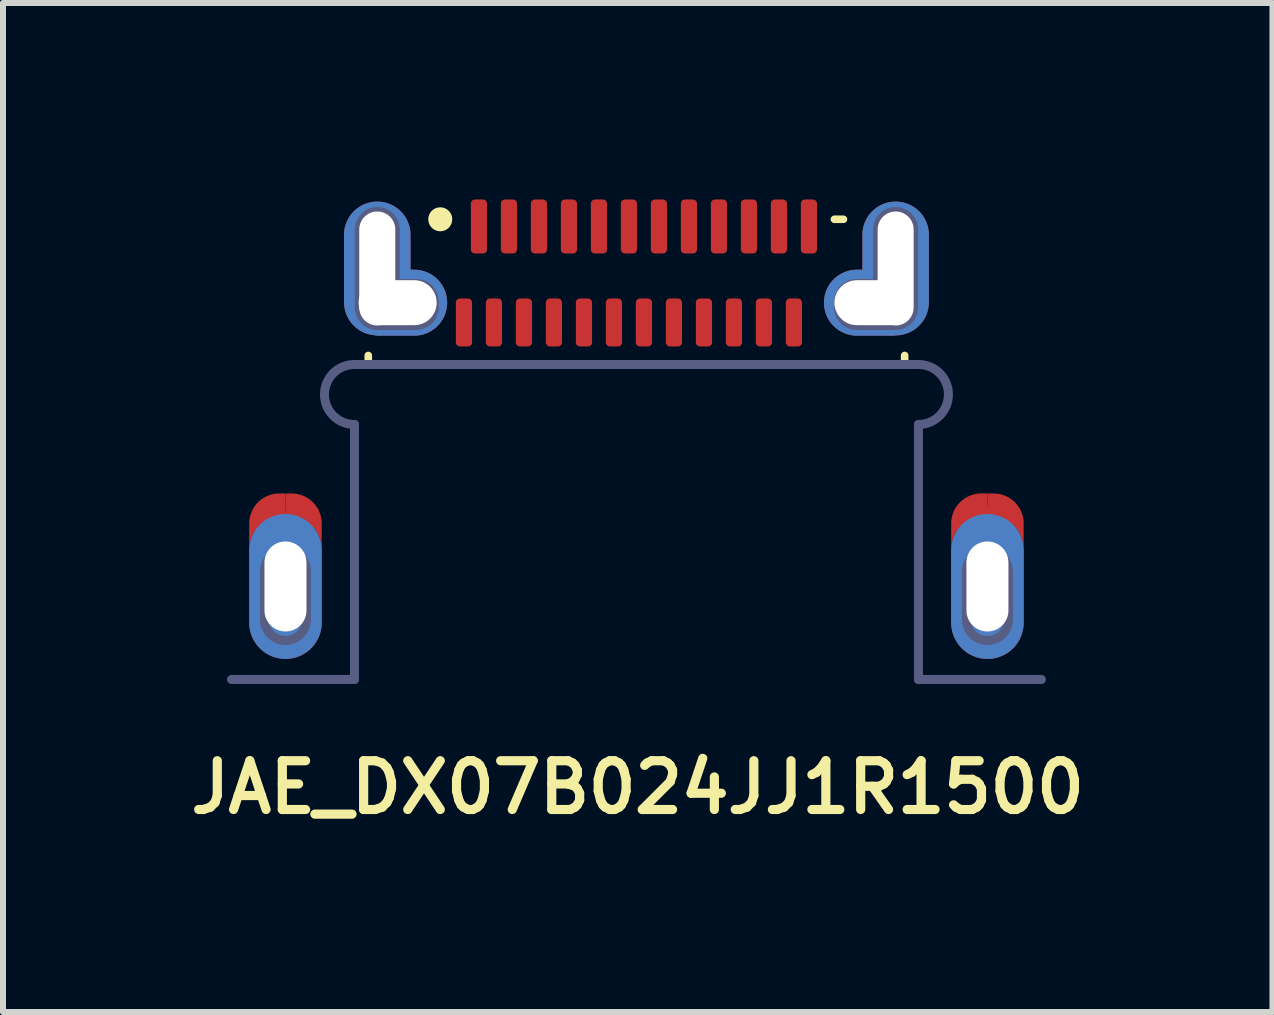
<source format=kicad_pcb>
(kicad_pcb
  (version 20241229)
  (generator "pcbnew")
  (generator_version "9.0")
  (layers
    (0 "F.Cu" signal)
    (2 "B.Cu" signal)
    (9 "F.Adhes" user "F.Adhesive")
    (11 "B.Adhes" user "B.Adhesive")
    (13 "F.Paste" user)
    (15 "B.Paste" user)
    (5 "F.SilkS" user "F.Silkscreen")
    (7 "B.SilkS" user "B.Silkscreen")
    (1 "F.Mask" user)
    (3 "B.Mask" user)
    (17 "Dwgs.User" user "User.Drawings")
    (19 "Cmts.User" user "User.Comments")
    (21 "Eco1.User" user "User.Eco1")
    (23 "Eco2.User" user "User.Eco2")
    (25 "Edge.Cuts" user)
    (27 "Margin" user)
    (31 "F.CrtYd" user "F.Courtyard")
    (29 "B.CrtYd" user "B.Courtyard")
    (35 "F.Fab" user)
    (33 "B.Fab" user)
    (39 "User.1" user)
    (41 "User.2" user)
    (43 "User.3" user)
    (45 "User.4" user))
  (footprint "JAE_DX07B024JJ1R1500"
    (layer "F.Cu")
    (at 7.558 1.425)
    (property "Reference" "JAE_DX07B024JJ1R1500" (at 0.021 8.649 0) (layer "F.SilkS") (effects (font (size 0.813 0.813) (thickness 0.153))))
    (attr smd)
    (fp_poly (pts (xy -5.5 4.5) (xy -5.9 4.4) (xy -6.3 4.5) (xy -6.3 4.1) (xy -5.4 4.1)) (stroke (width 0.1) (type solid)) (fill yes) (layer "F.Cu"))
    (fp_poly (pts (xy 6.2 4.4) (xy 5.8 4.3) (xy 5.4 4.4) (xy 5.4 4) (xy 6.3 4)) (stroke (width 0.1) (type solid)) (fill yes) (layer "F.Cu"))
    (fp_poly (pts (xy -6.454 4.692) (xy -6.454 4.25) (xy -6.454 4.237) (xy -6.453 4.211) (xy -6.45 4.185) (xy -6.446 4.159) (xy -6.44 4.133) (xy -6.434 4.108) (xy -6.425 4.083) (xy -6.416 4.059) (xy -6.405 4.035) (xy -6.394 4.011) (xy -6.38 3.989) (xy -6.366 3.967) (xy -6.351 3.946) (xy -6.334 3.925) (xy -6.317 3.906) (xy -6.298 3.887) (xy -6.279 3.87) (xy -6.258 3.853) (xy -6.237 3.838) (xy -6.215 3.824) (xy -6.193 3.81) (xy -6.169 3.799) (xy -6.145 3.788) (xy -6.121 3.779) (xy -6.096 3.77) (xy -6.071 3.764) (xy -6.045 3.758) (xy -6.019 3.754) (xy -5.993 3.751) (xy -5.967 3.75) (xy -5.954 3.75) (xy -5.85 3.75) (xy -5.85 4.092) (xy -5.854 4.092) (xy -5.87 4.092) (xy -5.901 4.094) (xy -5.932 4.097) (xy -5.963 4.102) (xy -5.994 4.108) (xy -6.024 4.117) (xy -6.054 4.126) (xy -6.084 4.137) (xy -6.112 4.15) (xy -6.14 4.165) (xy -6.168 4.18) (xy -6.194 4.197) (xy -6.219 4.216) (xy -6.244 4.236) (xy -6.267 4.257) (xy -6.289 4.279) (xy -6.31 4.302) (xy -6.33 4.327) (xy -6.349 4.352) (xy -6.366 4.378) (xy -6.381 4.406) (xy -6.396 4.434) (xy -6.409 4.462) (xy -6.42 4.492) (xy -6.429 4.522) (xy -6.438 4.552) (xy -6.444 4.583) (xy -6.449 4.614) (xy -6.452 4.645) (xy -6.454 4.676)) (stroke (width 0.0001) (type solid)) (fill yes) (layer "F.Cu"))
    (fp_poly (pts (xy -5.246 4.692) (xy -5.246 4.25) (xy -5.246 4.237) (xy -5.247 4.211) (xy -5.25 4.185) (xy -5.254 4.159) (xy -5.26 4.133) (xy -5.266 4.108) (xy -5.275 4.083) (xy -5.284 4.059) (xy -5.295 4.035) (xy -5.306 4.011) (xy -5.32 3.989) (xy -5.334 3.967) (xy -5.349 3.946) (xy -5.366 3.925) (xy -5.383 3.906) (xy -5.402 3.887) (xy -5.421 3.87) (xy -5.442 3.853) (xy -5.463 3.838) (xy -5.485 3.824) (xy -5.507 3.81) (xy -5.531 3.799) (xy -5.555 3.788) (xy -5.579 3.779) (xy -5.604 3.77) (xy -5.629 3.764) (xy -5.655 3.758) (xy -5.681 3.754) (xy -5.707 3.751) (xy -5.733 3.75) (xy -5.746 3.75) (xy -5.85 3.75) (xy -5.85 4.092) (xy -5.846 4.092) (xy -5.83 4.092) (xy -5.799 4.094) (xy -5.768 4.097) (xy -5.737 4.102) (xy -5.706 4.108) (xy -5.676 4.117) (xy -5.646 4.126) (xy -5.616 4.137) (xy -5.588 4.15) (xy -5.56 4.165) (xy -5.532 4.18) (xy -5.506 4.197) (xy -5.481 4.216) (xy -5.456 4.236) (xy -5.433 4.257) (xy -5.411 4.279) (xy -5.39 4.302) (xy -5.37 4.327) (xy -5.351 4.352) (xy -5.334 4.378) (xy -5.319 4.406) (xy -5.304 4.434) (xy -5.291 4.462) (xy -5.28 4.492) (xy -5.271 4.522) (xy -5.262 4.552) (xy -5.256 4.583) (xy -5.251 4.614) (xy -5.248 4.645) (xy -5.246 4.676)) (stroke (width 0.0001) (type solid)) (fill yes) (layer "F.Cu"))
    (fp_poly (pts (xy 5.246 4.692) (xy 5.246 4.25) (xy 5.246 4.237) (xy 5.247 4.211) (xy 5.25 4.185) (xy 5.254 4.159) (xy 5.26 4.133) (xy 5.266 4.108) (xy 5.275 4.083) (xy 5.284 4.059) (xy 5.295 4.035) (xy 5.306 4.011) (xy 5.32 3.989) (xy 5.334 3.967) (xy 5.349 3.946) (xy 5.366 3.925) (xy 5.383 3.906) (xy 5.402 3.887) (xy 5.421 3.87) (xy 5.442 3.853) (xy 5.463 3.838) (xy 5.485 3.824) (xy 5.507 3.81) (xy 5.531 3.799) (xy 5.555 3.788) (xy 5.579 3.779) (xy 5.604 3.77) (xy 5.629 3.764) (xy 5.655 3.758) (xy 5.681 3.754) (xy 5.707 3.751) (xy 5.733 3.75) (xy 5.746 3.75) (xy 5.85 3.75) (xy 5.85 4.092) (xy 5.846 4.092) (xy 5.83 4.092) (xy 5.799 4.094) (xy 5.768 4.097) (xy 5.737 4.102) (xy 5.706 4.108) (xy 5.676 4.117) (xy 5.646 4.126) (xy 5.616 4.137) (xy 5.588 4.15) (xy 5.56 4.165) (xy 5.532 4.18) (xy 5.506 4.197) (xy 5.481 4.216) (xy 5.456 4.236) (xy 5.433 4.257) (xy 5.411 4.279) (xy 5.39 4.302) (xy 5.37 4.327) (xy 5.351 4.352) (xy 5.334 4.378) (xy 5.319 4.406) (xy 5.304 4.434) (xy 5.291 4.462) (xy 5.28 4.492) (xy 5.271 4.522) (xy 5.262 4.552) (xy 5.256 4.583) (xy 5.251 4.614) (xy 5.248 4.645) (xy 5.246 4.676)) (stroke (width 0.0001) (type solid)) (fill yes) (layer "F.Cu"))
    (fp_poly (pts (xy 6.454 4.692) (xy 6.454 4.25) (xy 6.454 4.237) (xy 6.453 4.211) (xy 6.45 4.185) (xy 6.446 4.159) (xy 6.44 4.133) (xy 6.434 4.108) (xy 6.425 4.083) (xy 6.416 4.059) (xy 6.405 4.035) (xy 6.394 4.011) (xy 6.38 3.989) (xy 6.366 3.967) (xy 6.351 3.946) (xy 6.334 3.925) (xy 6.317 3.906) (xy 6.298 3.887) (xy 6.279 3.87) (xy 6.258 3.853) (xy 6.237 3.838) (xy 6.215 3.824) (xy 6.193 3.81) (xy 6.169 3.799) (xy 6.145 3.788) (xy 6.121 3.779) (xy 6.096 3.77) (xy 6.071 3.764) (xy 6.045 3.758) (xy 6.019 3.754) (xy 5.993 3.751) (xy 5.967 3.75) (xy 5.954 3.75) (xy 5.85 3.75) (xy 5.85 4.092) (xy 5.854 4.092) (xy 5.87 4.092) (xy 5.901 4.094) (xy 5.932 4.097) (xy 5.963 4.102) (xy 5.994 4.108) (xy 6.024 4.117) (xy 6.054 4.126) (xy 6.084 4.137) (xy 6.112 4.15) (xy 6.14 4.165) (xy 6.168 4.18) (xy 6.194 4.197) (xy 6.219 4.216) (xy 6.244 4.236) (xy 6.267 4.257) (xy 6.289 4.279) (xy 6.31 4.302) (xy 6.33 4.327) (xy 6.349 4.352) (xy 6.366 4.378) (xy 6.381 4.406) (xy 6.396 4.434) (xy 6.409 4.462) (xy 6.42 4.492) (xy 6.429 4.522) (xy 6.438 4.552) (xy 6.444 4.583) (xy 6.449 4.614) (xy 6.452 4.645) (xy 6.454 4.676)) (stroke (width 0.0001) (type solid)) (fill yes) (layer "F.Cu"))
    (fp_poly (pts (xy -6.454 4.692) (xy -6.454 4.25) (xy -6.454 4.237) (xy -6.453 4.211) (xy -6.45 4.185) (xy -6.446 4.159) (xy -6.44 4.133) (xy -6.434 4.108) (xy -6.425 4.083) (xy -6.416 4.059) (xy -6.405 4.035) (xy -6.394 4.011) (xy -6.38 3.989) (xy -6.366 3.967) (xy -6.351 3.946) (xy -6.334 3.925) (xy -6.317 3.906) (xy -6.298 3.887) (xy -6.279 3.87) (xy -6.258 3.853) (xy -6.237 3.838) (xy -6.215 3.824) (xy -6.193 3.81) (xy -6.169 3.799) (xy -6.145 3.788) (xy -6.121 3.779) (xy -6.096 3.77) (xy -6.071 3.764) (xy -6.045 3.758) (xy -6.019 3.754) (xy -5.993 3.751) (xy -5.967 3.75) (xy -5.954 3.75) (xy -5.85 3.75) (xy -5.85 4.092) (xy -5.854 4.092) (xy -5.87 4.092) (xy -5.901 4.094) (xy -5.932 4.097) (xy -5.963 4.102) (xy -5.994 4.108) (xy -6.024 4.117) (xy -6.054 4.126) (xy -6.084 4.137) (xy -6.112 4.15) (xy -6.14 4.165) (xy -6.168 4.18) (xy -6.194 4.197) (xy -6.219 4.216) (xy -6.244 4.236) (xy -6.267 4.257) (xy -6.289 4.279) (xy -6.31 4.302) (xy -6.33 4.327) (xy -6.349 4.352) (xy -6.366 4.378) (xy -6.381 4.406) (xy -6.396 4.434) (xy -6.409 4.462) (xy -6.42 4.492) (xy -6.429 4.522) (xy -6.438 4.552) (xy -6.444 4.583) (xy -6.449 4.614) (xy -6.452 4.645) (xy -6.454 4.676)) (stroke (width 0.0001) (type solid)) (fill yes) (layer "F.Mask"))
    (fp_poly (pts (xy -5.246 4.692) (xy -5.246 4.25) (xy -5.246 4.237) (xy -5.247 4.211) (xy -5.25 4.185) (xy -5.254 4.159) (xy -5.26 4.133) (xy -5.266 4.108) (xy -5.275 4.083) (xy -5.284 4.059) (xy -5.295 4.035) (xy -5.306 4.011) (xy -5.32 3.989) (xy -5.334 3.967) (xy -5.349 3.946) (xy -5.366 3.925) (xy -5.383 3.906) (xy -5.402 3.887) (xy -5.421 3.87) (xy -5.442 3.853) (xy -5.463 3.838) (xy -5.485 3.824) (xy -5.507 3.81) (xy -5.531 3.799) (xy -5.555 3.788) (xy -5.579 3.779) (xy -5.604 3.77) (xy -5.629 3.764) (xy -5.655 3.758) (xy -5.681 3.754) (xy -5.707 3.751) (xy -5.733 3.75) (xy -5.746 3.75) (xy -5.85 3.75) (xy -5.85 4.092) (xy -5.846 4.092) (xy -5.83 4.092) (xy -5.799 4.094) (xy -5.768 4.097) (xy -5.737 4.102) (xy -5.706 4.108) (xy -5.676 4.117) (xy -5.646 4.126) (xy -5.616 4.137) (xy -5.588 4.15) (xy -5.56 4.165) (xy -5.532 4.18) (xy -5.506 4.197) (xy -5.481 4.216) (xy -5.456 4.236) (xy -5.433 4.257) (xy -5.411 4.279) (xy -5.39 4.302) (xy -5.37 4.327) (xy -5.351 4.352) (xy -5.334 4.378) (xy -5.319 4.406) (xy -5.304 4.434) (xy -5.291 4.462) (xy -5.28 4.492) (xy -5.271 4.522) (xy -5.262 4.552) (xy -5.256 4.583) (xy -5.251 4.614) (xy -5.248 4.645) (xy -5.246 4.676)) (stroke (width 0.0001) (type solid)) (fill yes) (layer "F.Mask"))
    (fp_poly (pts (xy 5.246 4.692) (xy 5.246 4.25) (xy 5.246 4.237) (xy 5.247 4.211) (xy 5.25 4.185) (xy 5.254 4.159) (xy 5.26 4.133) (xy 5.266 4.108) (xy 5.275 4.083) (xy 5.284 4.059) (xy 5.295 4.035) (xy 5.306 4.011) (xy 5.32 3.989) (xy 5.334 3.967) (xy 5.349 3.946) (xy 5.366 3.925) (xy 5.383 3.906) (xy 5.402 3.887) (xy 5.421 3.87) (xy 5.442 3.853) (xy 5.463 3.838) (xy 5.485 3.824) (xy 5.507 3.81) (xy 5.531 3.799) (xy 5.555 3.788) (xy 5.579 3.779) (xy 5.604 3.77) (xy 5.629 3.764) (xy 5.655 3.758) (xy 5.681 3.754) (xy 5.707 3.751) (xy 5.733 3.75) (xy 5.746 3.75) (xy 5.85 3.75) (xy 5.85 4.092) (xy 5.846 4.092) (xy 5.83 4.092) (xy 5.799 4.094) (xy 5.768 4.097) (xy 5.737 4.102) (xy 5.706 4.108) (xy 5.676 4.117) (xy 5.646 4.126) (xy 5.616 4.137) (xy 5.588 4.15) (xy 5.56 4.165) (xy 5.532 4.18) (xy 5.506 4.197) (xy 5.481 4.216) (xy 5.456 4.236) (xy 5.433 4.257) (xy 5.411 4.279) (xy 5.39 4.302) (xy 5.37 4.327) (xy 5.351 4.352) (xy 5.334 4.378) (xy 5.319 4.406) (xy 5.304 4.434) (xy 5.291 4.462) (xy 5.28 4.492) (xy 5.271 4.522) (xy 5.262 4.552) (xy 5.256 4.583) (xy 5.251 4.614) (xy 5.248 4.645) (xy 5.246 4.676)) (stroke (width 0.0001) (type solid)) (fill yes) (layer "F.Mask"))
    (fp_poly (pts (xy 6.454 4.692) (xy 6.454 4.25) (xy 6.454 4.237) (xy 6.453 4.211) (xy 6.45 4.185) (xy 6.446 4.159) (xy 6.44 4.133) (xy 6.434 4.108) (xy 6.425 4.083) (xy 6.416 4.059) (xy 6.405 4.035) (xy 6.394 4.011) (xy 6.38 3.989) (xy 6.366 3.967) (xy 6.351 3.946) (xy 6.334 3.925) (xy 6.317 3.906) (xy 6.298 3.887) (xy 6.279 3.87) (xy 6.258 3.853) (xy 6.237 3.838) (xy 6.215 3.824) (xy 6.193 3.81) (xy 6.169 3.799) (xy 6.145 3.788) (xy 6.121 3.779) (xy 6.096 3.77) (xy 6.071 3.764) (xy 6.045 3.758) (xy 6.019 3.754) (xy 5.993 3.751) (xy 5.967 3.75) (xy 5.954 3.75) (xy 5.85 3.75) (xy 5.85 4.092) (xy 5.854 4.092) (xy 5.87 4.092) (xy 5.901 4.094) (xy 5.932 4.097) (xy 5.963 4.102) (xy 5.994 4.108) (xy 6.024 4.117) (xy 6.054 4.126) (xy 6.084 4.137) (xy 6.112 4.15) (xy 6.14 4.165) (xy 6.168 4.18) (xy 6.194 4.197) (xy 6.219 4.216) (xy 6.244 4.236) (xy 6.267 4.257) (xy 6.289 4.279) (xy 6.31 4.302) (xy 6.33 4.327) (xy 6.349 4.352) (xy 6.366 4.378) (xy 6.381 4.406) (xy 6.396 4.434) (xy 6.409 4.462) (xy 6.42 4.492) (xy 6.429 4.522) (xy 6.438 4.552) (xy 6.444 4.583) (xy 6.449 4.614) (xy 6.452 4.645) (xy 6.454 4.676)) (stroke (width 0.0001) (type solid)) (fill yes) (layer "F.Mask"))
    (fp_line (start -4.47 1.45) (end -4.47 1.6) (stroke (width 0.127) (type solid)) (layer "F.SilkS"))
    (fp_line (start -4.47 1.6) (end 4.47 1.6) (stroke (width 0.127) (type solid)) (layer "F.SilkS"))
    (fp_line (start 3.3 -0.82) (end 3.45 -0.82) (stroke (width 0.127) (type solid)) (layer "F.SilkS"))
    (fp_line (start 4.47 1.6) (end 4.47 1.45) (stroke (width 0.127) (type solid)) (layer "F.SilkS"))
    (fp_circle (center -3.27 -0.82) (end -3.17 -0.82) (stroke (width 0.2) (type solid)) (fill no) (layer "F.SilkS"))
    (fp_poly (pts (xy -6.454 4.692) (xy -6.454 4.25) (xy -6.454 4.237) (xy -6.453 4.211) (xy -6.45 4.185) (xy -6.446 4.159) (xy -6.44 4.133) (xy -6.434 4.108) (xy -6.425 4.083) (xy -6.416 4.059) (xy -6.405 4.035) (xy -6.394 4.011) (xy -6.38 3.989) (xy -6.366 3.967) (xy -6.351 3.946) (xy -6.334 3.925) (xy -6.317 3.906) (xy -6.298 3.887) (xy -6.279 3.87) (xy -6.258 3.853) (xy -6.237 3.838) (xy -6.215 3.824) (xy -6.193 3.81) (xy -6.169 3.799) (xy -6.145 3.788) (xy -6.121 3.779) (xy -6.096 3.77) (xy -6.071 3.764) (xy -6.045 3.758) (xy -6.019 3.754) (xy -5.993 3.751) (xy -5.967 3.75) (xy -5.954 3.75) (xy -5.85 3.75) (xy -5.85 4.092) (xy -5.854 4.092) (xy -5.87 4.092) (xy -5.901 4.094) (xy -5.932 4.097) (xy -5.963 4.102) (xy -5.994 4.108) (xy -6.024 4.117) (xy -6.054 4.126) (xy -6.084 4.137) (xy -6.112 4.15) (xy -6.14 4.165) (xy -6.168 4.18) (xy -6.194 4.197) (xy -6.219 4.216) (xy -6.244 4.236) (xy -6.267 4.257) (xy -6.289 4.279) (xy -6.31 4.302) (xy -6.33 4.327) (xy -6.349 4.352) (xy -6.366 4.378) (xy -6.381 4.406) (xy -6.396 4.434) (xy -6.409 4.462) (xy -6.42 4.492) (xy -6.429 4.522) (xy -6.438 4.552) (xy -6.444 4.583) (xy -6.449 4.614) (xy -6.452 4.645) (xy -6.454 4.676)) (stroke (width 0.0001) (type solid)) (fill yes) (layer "F.Paste"))
    (fp_poly (pts (xy -5.246 4.692) (xy -5.246 4.25) (xy -5.246 4.237) (xy -5.247 4.211) (xy -5.25 4.185) (xy -5.254 4.159) (xy -5.26 4.133) (xy -5.266 4.108) (xy -5.275 4.083) (xy -5.284 4.059) (xy -5.295 4.035) (xy -5.306 4.011) (xy -5.32 3.989) (xy -5.334 3.967) (xy -5.349 3.946) (xy -5.366 3.925) (xy -5.383 3.906) (xy -5.402 3.887) (xy -5.421 3.87) (xy -5.442 3.853) (xy -5.463 3.838) (xy -5.485 3.824) (xy -5.507 3.81) (xy -5.531 3.799) (xy -5.555 3.788) (xy -5.579 3.779) (xy -5.604 3.77) (xy -5.629 3.764) (xy -5.655 3.758) (xy -5.681 3.754) (xy -5.707 3.751) (xy -5.733 3.75) (xy -5.746 3.75) (xy -5.85 3.75) (xy -5.85 4.092) (xy -5.846 4.092) (xy -5.83 4.092) (xy -5.799 4.094) (xy -5.768 4.097) (xy -5.737 4.102) (xy -5.706 4.108) (xy -5.676 4.117) (xy -5.646 4.126) (xy -5.616 4.137) (xy -5.588 4.15) (xy -5.56 4.165) (xy -5.532 4.18) (xy -5.506 4.197) (xy -5.481 4.216) (xy -5.456 4.236) (xy -5.433 4.257) (xy -5.411 4.279) (xy -5.39 4.302) (xy -5.37 4.327) (xy -5.351 4.352) (xy -5.334 4.378) (xy -5.319 4.406) (xy -5.304 4.434) (xy -5.291 4.462) (xy -5.28 4.492) (xy -5.271 4.522) (xy -5.262 4.552) (xy -5.256 4.583) (xy -5.251 4.614) (xy -5.248 4.645) (xy -5.246 4.676)) (stroke (width 0.0001) (type solid)) (fill yes) (layer "F.Paste"))
    (fp_poly (pts (xy 5.246 4.692) (xy 5.246 4.25) (xy 5.246 4.237) (xy 5.247 4.211) (xy 5.25 4.185) (xy 5.254 4.159) (xy 5.26 4.133) (xy 5.266 4.108) (xy 5.275 4.083) (xy 5.284 4.059) (xy 5.295 4.035) (xy 5.306 4.011) (xy 5.32 3.989) (xy 5.334 3.967) (xy 5.349 3.946) (xy 5.366 3.925) (xy 5.383 3.906) (xy 5.402 3.887) (xy 5.421 3.87) (xy 5.442 3.853) (xy 5.463 3.838) (xy 5.485 3.824) (xy 5.507 3.81) (xy 5.531 3.799) (xy 5.555 3.788) (xy 5.579 3.779) (xy 5.604 3.77) (xy 5.629 3.764) (xy 5.655 3.758) (xy 5.681 3.754) (xy 5.707 3.751) (xy 5.733 3.75) (xy 5.746 3.75) (xy 5.85 3.75) (xy 5.85 4.092) (xy 5.846 4.092) (xy 5.83 4.092) (xy 5.799 4.094) (xy 5.768 4.097) (xy 5.737 4.102) (xy 5.706 4.108) (xy 5.676 4.117) (xy 5.646 4.126) (xy 5.616 4.137) (xy 5.588 4.15) (xy 5.56 4.165) (xy 5.532 4.18) (xy 5.506 4.197) (xy 5.481 4.216) (xy 5.456 4.236) (xy 5.433 4.257) (xy 5.411 4.279) (xy 5.39 4.302) (xy 5.37 4.327) (xy 5.351 4.352) (xy 5.334 4.378) (xy 5.319 4.406) (xy 5.304 4.434) (xy 5.291 4.462) (xy 5.28 4.492) (xy 5.271 4.522) (xy 5.262 4.552) (xy 5.256 4.583) (xy 5.251 4.614) (xy 5.248 4.645) (xy 5.246 4.676)) (stroke (width 0.0001) (type solid)) (fill yes) (layer "F.Paste"))
    (fp_poly (pts (xy 6.454 4.692) (xy 6.454 4.25) (xy 6.454 4.237) (xy 6.453 4.211) (xy 6.45 4.185) (xy 6.446 4.159) (xy 6.44 4.133) (xy 6.434 4.108) (xy 6.425 4.083) (xy 6.416 4.059) (xy 6.405 4.035) (xy 6.394 4.011) (xy 6.38 3.989) (xy 6.366 3.967) (xy 6.351 3.946) (xy 6.334 3.925) (xy 6.317 3.906) (xy 6.298 3.887) (xy 6.279 3.87) (xy 6.258 3.853) (xy 6.237 3.838) (xy 6.215 3.824) (xy 6.193 3.81) (xy 6.169 3.799) (xy 6.145 3.788) (xy 6.121 3.779) (xy 6.096 3.77) (xy 6.071 3.764) (xy 6.045 3.758) (xy 6.019 3.754) (xy 5.993 3.751) (xy 5.967 3.75) (xy 5.954 3.75) (xy 5.85 3.75) (xy 5.85 4.092) (xy 5.854 4.092) (xy 5.87 4.092) (xy 5.901 4.094) (xy 5.932 4.097) (xy 5.963 4.102) (xy 5.994 4.108) (xy 6.024 4.117) (xy 6.054 4.126) (xy 6.084 4.137) (xy 6.112 4.15) (xy 6.14 4.165) (xy 6.168 4.18) (xy 6.194 4.197) (xy 6.219 4.216) (xy 6.244 4.236) (xy 6.267 4.257) (xy 6.289 4.279) (xy 6.31 4.302) (xy 6.33 4.327) (xy 6.349 4.352) (xy 6.366 4.378) (xy 6.381 4.406) (xy 6.396 4.434) (xy 6.409 4.462) (xy 6.42 4.492) (xy 6.429 4.522) (xy 6.438 4.552) (xy 6.444 4.583) (xy 6.449 4.614) (xy 6.452 4.645) (xy 6.454 4.676)) (stroke (width 0.0001) (type solid)) (fill yes) (layer "F.Paste"))
    (fp_line (start -6.72 3.5) (end -5.45 3.5) (stroke (width 0.05) (type solid)) (layer "Eco1.User"))
    (fp_line (start -6.72 7.6) (end -6.72 3.5) (stroke (width 0.05) (type solid)) (layer "Eco1.User"))
    (fp_line (start -5.45 -1.4) (end 5.45 -1.4) (stroke (width 0.05) (type solid)) (layer "Eco1.User"))
    (fp_line (start -5.45 3.5) (end -5.45 -1.4) (stroke (width 0.05) (type solid)) (layer "Eco1.User"))
    (fp_line (start 5.45 -1.4) (end 5.45 3.5) (stroke (width 0.05) (type solid)) (layer "Eco1.User"))
    (fp_line (start 5.45 3.5) (end 6.72 3.5) (stroke (width 0.05) (type solid)) (layer "Eco1.User"))
    (fp_line (start 6.72 3.5) (end 6.72 7.6) (stroke (width 0.05) (type solid)) (layer "Eco1.User"))
    (fp_line (start 6.72 7.6) (end -6.72 7.6) (stroke (width 0.05) (type solid)) (layer "Eco1.User"))
    (fp_line (start -4.47 -0.82) (end 4.47 -0.82) (stroke (width 0.127) (type solid)) (layer "Eco2.User"))
    (fp_line (start -4.47 1.6) (end -4.47 -0.82) (stroke (width 0.127) (type solid)) (layer "Eco2.User"))
    (fp_line (start -4.47 1.6) (end 4.47 1.6) (stroke (width 0.127) (type solid)) (layer "Eco2.User"))
    (fp_line (start -4.47 7.35) (end -4.47 1.6) (stroke (width 0.127) (type solid)) (layer "Eco2.User"))
    (fp_line (start 4.47 -0.82) (end 4.47 1.6) (stroke (width 0.127) (type solid)) (layer "Eco2.User"))
    (fp_line (start 4.47 1.6) (end 4.47 7.35) (stroke (width 0.127) (type solid)) (layer "Eco2.User"))
    (fp_line (start 4.47 7.35) (end -4.47 7.35) (stroke (width 0.127) (type solid)) (layer "Eco2.User"))
    (fp_line (start -6.2 5.85) (end -6.2 5.05) (stroke (width 0.15) (type solid)) (layer "B.Fab"))
    (fp_line (start -5.5 5.05) (end -5.5 5.85) (stroke (width 0.15) (type solid)) (layer "B.Fab"))
    (fp_line (start -4.7 1.6) (end 4.7 1.6) (stroke (width 0.15) (type solid)) (layer "B.Fab"))
    (fp_line (start -4.7 6.85) (end -6.75 6.85) (stroke (width 0.15) (type solid)) (layer "B.Fab"))
    (fp_line (start -4.7 6.85) (end -4.7 2.6) (stroke (width 0.15) (type solid)) (layer "B.Fab"))
    (fp_line (start -4.62 0.65) (end -4.62 -0.65) (stroke (width 0.15) (type solid)) (layer "B.Fab"))
    (fp_line (start -4.02 -0.65) (end -4.02 0.25) (stroke (width 0.15) (type solid)) (layer "B.Fab"))
    (fp_line (start -4.02 0.25) (end -3.67 0.25) (stroke (width 0.15) (type solid)) (layer "B.Fab"))
    (fp_line (start -3.67 0.95) (end -4.32 0.95) (stroke (width 0.15) (type solid)) (layer "B.Fab"))
    (fp_line (start -3.37 0.55) (end -3.37 0.65) (stroke (width 0.15) (type solid)) (layer "B.Fab"))
    (fp_line (start 3.37 0.55) (end 3.37 0.65) (stroke (width 0.15) (type solid)) (layer "B.Fab"))
    (fp_line (start 3.67 0.95) (end 4.32 0.95) (stroke (width 0.15) (type solid)) (layer "B.Fab"))
    (fp_line (start 4.02 -0.65) (end 4.02 0.25) (stroke (width 0.15) (type solid)) (layer "B.Fab"))
    (fp_line (start 4.02 0.25) (end 3.67 0.25) (stroke (width 0.15) (type solid)) (layer "B.Fab"))
    (fp_line (start 4.62 0.65) (end 4.62 -0.65) (stroke (width 0.15) (type solid)) (layer "B.Fab"))
    (fp_line (start 4.7 2.6) (end 4.7 6.85) (stroke (width 0.15) (type solid)) (layer "B.Fab"))
    (fp_line (start 5.5 5.85) (end 5.5 5.05) (stroke (width 0.15) (type solid)) (layer "B.Fab"))
    (fp_line (start 6.2 5.05) (end 6.2 5.85) (stroke (width 0.15) (type solid)) (layer "B.Fab"))
    (fp_line (start 6.75 6.85) (end 4.7 6.85) (stroke (width 0.15) (type solid)) (layer "B.Fab"))
    (fp_arc (start -6.2 5.05) (mid -6.097487 4.802513) (end -5.85 4.7) (stroke (width 0.15) (type solid)) (layer "B.Fab"))
    (fp_arc (start -5.85 4.7) (mid -5.602513 4.802513) (end -5.5 5.05) (stroke (width 0.15) (type solid)) (layer "B.Fab"))
    (fp_arc (start -5.85 6.2) (mid -6.097487 6.097487) (end -6.2 5.85) (stroke (width 0.15) (type solid)) (layer "B.Fab"))
    (fp_arc (start -5.5 5.85) (mid -5.602513 6.097487) (end -5.85 6.2) (stroke (width 0.15) (type solid)) (layer "B.Fab"))
    (fp_arc (start -4.7 2.6) (mid -5.2 2.1) (end -4.7 1.6) (stroke (width 0.15) (type solid)) (layer "B.Fab"))
    (fp_arc (start -4.62 -0.65) (mid -4.32 -0.95) (end -4.02 -0.65) (stroke (width 0.15) (type solid)) (layer "B.Fab"))
    (fp_arc (start -4.32 0.95) (mid -4.532132 0.862132) (end -4.62 0.65) (stroke (width 0.15) (type solid)) (layer "B.Fab"))
    (fp_arc (start -3.67 0.25) (mid -3.457868 0.337868) (end -3.37 0.55) (stroke (width 0.15) (type solid)) (layer "B.Fab"))
    (fp_arc (start -3.37 0.65) (mid -3.457868 0.862132) (end -3.67 0.95) (stroke (width 0.15) (type solid)) (layer "B.Fab"))
    (fp_arc (start 3.37 0.55) (mid 3.457868 0.337868) (end 3.67 0.25) (stroke (width 0.15) (type solid)) (layer "B.Fab"))
    (fp_arc (start 3.67 0.95) (mid 3.457868 0.862132) (end 3.37 0.65) (stroke (width 0.15) (type solid)) (layer "B.Fab"))
    (fp_arc (start 4.02 -0.65) (mid 4.32 -0.95) (end 4.62 -0.65) (stroke (width 0.15) (type solid)) (layer "B.Fab"))
    (fp_arc (start 4.62 0.65) (mid 4.532132 0.862132) (end 4.32 0.95) (stroke (width 0.15) (type solid)) (layer "B.Fab"))
    (fp_arc (start 4.7 1.6) (mid 5.2 2.1) (end 4.7 2.6) (stroke (width 0.15) (type solid)) (layer "B.Fab"))
    (fp_arc (start 5.5 5.05) (mid 5.602513 4.802513) (end 5.85 4.7) (stroke (width 0.15) (type solid)) (layer "B.Fab"))
    (fp_arc (start 5.85 4.7) (mid 6.097487 4.802513) (end 6.2 5.05) (stroke (width 0.15) (type solid)) (layer "B.Fab"))
    (fp_arc (start 5.85 6.2) (mid 5.602513 6.097487) (end 5.5 5.85) (stroke (width 0.15) (type solid)) (layer "B.Fab"))
    (fp_arc (start 6.2 5.85) (mid 6.097487 6.097487) (end 5.85 6.2) (stroke (width 0.15) (type solid)) (layer "B.Fab"))
    (pad "A1" smd roundrect (at -2.625 -0.7) (size 0.27 0.9) (layers "F.Cu" "F.Mask" "F.Paste") (roundrect_rratio 0.25))
    (pad "A2" smd roundrect (at -2.125 -0.7) (size 0.27 0.9) (layers "F.Cu" "F.Mask" "F.Paste") (roundrect_rratio 0.25))
    (pad "A3" smd roundrect (at -1.625 -0.7) (size 0.27 0.9) (layers "F.Cu" "F.Mask" "F.Paste") (roundrect_rratio 0.25))
    (pad "A4" smd roundrect (at -1.125 -0.7) (size 0.27 0.9) (layers "F.Cu" "F.Mask" "F.Paste") (roundrect_rratio 0.25))
    (pad "A5" smd roundrect (at -0.625 -0.7) (size 0.27 0.9) (layers "F.Cu" "F.Mask" "F.Paste") (roundrect_rratio 0.25))
    (pad "A6" smd roundrect (at -0.125 -0.7) (size 0.27 0.9) (layers "F.Cu" "F.Mask" "F.Paste") (roundrect_rratio 0.25))
    (pad "A7" smd roundrect (at 0.375 -0.7) (size 0.27 0.9) (layers "F.Cu" "F.Mask" "F.Paste") (roundrect_rratio 0.25))
    (pad "A8" smd roundrect (at 0.875 -0.7) (size 0.27 0.9) (layers "F.Cu" "F.Mask" "F.Paste") (roundrect_rratio 0.25))
    (pad "A9" smd roundrect (at 1.375 -0.7) (size 0.27 0.9) (layers "F.Cu" "F.Mask" "F.Paste") (roundrect_rratio 0.25))
    (pad "A10" smd roundrect (at 1.875 -0.7) (size 0.27 0.9) (layers "F.Cu" "F.Mask" "F.Paste") (roundrect_rratio 0.25))
    (pad "A11" smd roundrect (at 2.375 -0.7) (size 0.27 0.9) (layers "F.Cu" "F.Mask" "F.Paste") (roundrect_rratio 0.25))
    (pad "A12" smd roundrect (at 2.875 -0.7) (size 0.27 0.9) (layers "F.Cu" "F.Mask" "F.Paste") (roundrect_rratio 0.25))
    (pad "B1" smd roundrect (at 2.625 0.9) (size 0.27 0.8) (layers "F.Cu" "F.Mask" "F.Paste") (roundrect_rratio 0.25))
    (pad "B2" smd roundrect (at 2.125 0.9) (size 0.27 0.8) (layers "F.Cu" "F.Mask" "F.Paste") (roundrect_rratio 0.25))
    (pad "B3" smd roundrect (at 1.625 0.9) (size 0.27 0.8) (layers "F.Cu" "F.Mask" "F.Paste") (roundrect_rratio 0.25))
    (pad "B4" smd roundrect (at 1.125 0.9) (size 0.27 0.8) (layers "F.Cu" "F.Mask" "F.Paste") (roundrect_rratio 0.25))
    (pad "B5" smd roundrect (at 0.625 0.9) (size 0.27 0.8) (layers "F.Cu" "F.Mask" "F.Paste") (roundrect_rratio 0.25))
    (pad "B6" smd roundrect (at 0.125 0.9) (size 0.27 0.8) (layers "F.Cu" "F.Mask" "F.Paste") (roundrect_rratio 0.25))
    (pad "B7" smd roundrect (at -0.375 0.9) (size 0.27 0.8) (layers "F.Cu" "F.Mask" "F.Paste") (roundrect_rratio 0.25))
    (pad "B8" smd roundrect (at -0.875 0.9) (size 0.27 0.8) (layers "F.Cu" "F.Mask" "F.Paste") (roundrect_rratio 0.25))
    (pad "B9" smd roundrect (at -1.375 0.9) (size 0.27 0.8) (layers "F.Cu" "F.Mask" "F.Paste") (roundrect_rratio 0.25))
    (pad "B10" smd roundrect (at -1.875 0.9) (size 0.27 0.8) (layers "F.Cu" "F.Mask" "F.Paste") (roundrect_rratio 0.25))
    (pad "B11" smd roundrect (at -2.375 0.9) (size 0.27 0.8) (layers "F.Cu" "F.Mask" "F.Paste") (roundrect_rratio 0.25))
    (pad "B12" smd roundrect (at -2.875 0.9) (size 0.27 0.8) (layers "F.Cu" "F.Mask" "F.Paste") (roundrect_rratio 0.25))
    (pad "S1" thru_hole oval (at -5.85 5.3 90) (size 2.416 1.208) (drill oval 1.5 0.7) (layers "*.Cu" "*.Mask"))
    (pad "S1" thru_hole oval (at -4.32 0 90) (size 2.23 1.108) (drill oval 1.9 0.6) (layers "*.Cu" "*.Mask"))
    (pad "S1" thru_hole oval (at -3.98 0.57 180) (size 1.65 1.1) (drill oval 1.3 0.75) (layers "*.Cu" "*.Mask"))
    (pad "S1" thru_hole oval (at 3.95 0.57 180) (size 1.65 1.1) (drill oval 1.3 0.75) (layers "*.Cu" "*.Mask"))
    (pad "S1" thru_hole oval (at 4.32 0 90) (size 2.23 1.108) (drill oval 1.9 0.6) (layers "*.Cu" "*.Mask"))
    (pad "S1" thru_hole oval (at 5.85 5.3 90) (size 2.416 1.208) (drill oval 1.5 0.7) (layers "*.Cu" "*.Mask")))
  (gr_rect
    (start -3 -3)
    (end 18.159 13.818)
    (stroke (width 0.1) (type default))
    (fill no)
    (layer "Edge.Cuts")))
</source>
